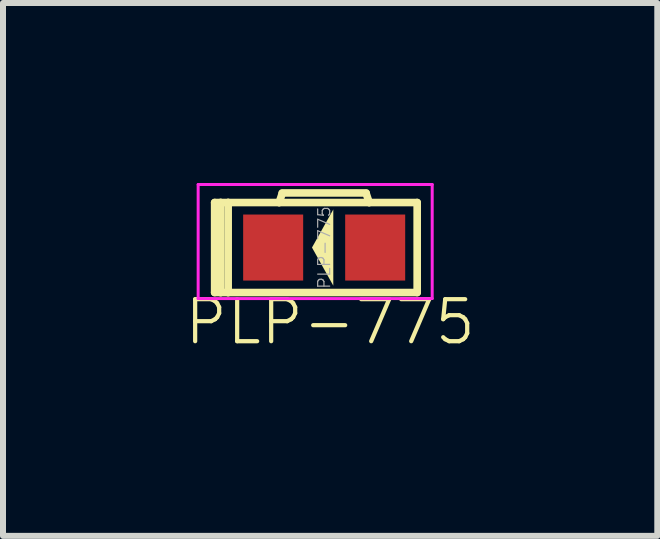
<source format=kicad_pcb>
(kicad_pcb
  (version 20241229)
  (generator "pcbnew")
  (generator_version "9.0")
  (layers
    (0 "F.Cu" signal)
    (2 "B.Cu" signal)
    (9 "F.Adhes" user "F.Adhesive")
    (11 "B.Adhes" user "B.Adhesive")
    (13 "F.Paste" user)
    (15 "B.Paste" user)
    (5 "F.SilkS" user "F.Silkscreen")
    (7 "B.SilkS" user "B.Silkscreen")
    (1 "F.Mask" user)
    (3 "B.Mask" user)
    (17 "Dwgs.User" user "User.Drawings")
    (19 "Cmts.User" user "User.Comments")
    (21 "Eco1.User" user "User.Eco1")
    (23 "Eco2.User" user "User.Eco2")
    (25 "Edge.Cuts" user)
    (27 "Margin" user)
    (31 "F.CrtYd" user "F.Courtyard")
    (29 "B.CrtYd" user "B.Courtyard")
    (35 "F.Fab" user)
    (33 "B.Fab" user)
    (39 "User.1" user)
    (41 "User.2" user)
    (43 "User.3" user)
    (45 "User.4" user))
  (footprint "PLP-775"
    (layer "F.Cu")
    (at 2.352 1.075)
    (property "Reference" "PLP-775" (at 0.1 1.65 0) (layer "F.SilkS") (effects (font (size 0.7 0.7) (thickness 0.07)) (justify bottom)))
    (attr through_hole)
    (fp_line (start -1.825 0.75) (end -1.825 -0.75) (stroke (width 0.127) (type solid)) (layer "F.SilkS"))
    (fp_line (start -1.725 -0.75) (end -1.825 -0.75) (stroke (width 0.127) (type solid)) (layer "F.SilkS"))
    (fp_line (start -1.725 -0.75) (end -1.725 0.75) (stroke (width 0.127) (type solid)) (layer "F.SilkS"))
    (fp_line (start -1.725 0.75) (end -1.825 0.75) (stroke (width 0.127) (type solid)) (layer "F.SilkS"))
    (fp_line (start -1.725 0.75) (end -1.6 0.75) (stroke (width 0.127) (type solid)) (layer "F.SilkS"))
    (fp_line (start -1.6 -0.75) (end -1.725 -0.75) (stroke (width 0.127) (type solid)) (layer "F.SilkS"))
    (fp_line (start -1.6 0.75) (end -1.6 -0.75) (stroke (width 0.127) (type solid)) (layer "F.SilkS"))
    (fp_line (start -1.6 0.75) (end 1.55 0.75) (stroke (width 0.127) (type solid)) (layer "F.SilkS"))
    (fp_line (start -0.75 -0.75) (end -1.6 -0.75) (stroke (width 0.127) (type solid)) (layer "F.SilkS"))
    (fp_line (start -0.7 -0.91) (end 0.7 -0.91) (stroke (width 0.127) (type solid)) (layer "F.SilkS"))
    (fp_line (start -0.7 -0.9) (end -0.75 -0.75) (stroke (width 0.127) (type solid)) (layer "F.SilkS"))
    (fp_line (start 0.7 -0.9) (end 0.75 -0.75) (stroke (width 0.127) (type solid)) (layer "F.SilkS"))
    (fp_line (start 0.75 -0.75) (end -0.75 -0.75) (stroke (width 0.127) (type solid)) (layer "F.SilkS"))
    (fp_line (start 1.55 -0.75) (end 0.75 -0.75) (stroke (width 0.127) (type solid)) (layer "F.SilkS"))
    (fp_line (start 1.55 0.75) (end 1.55 -0.75) (stroke (width 0.127) (type solid)) (layer "F.SilkS"))
    (fp_poly (pts (xy 0.152 0.635) (xy 0.152 -0.635) (xy -0.203 0)) (stroke (width 0) (type solid)) (fill yes) (layer "F.SilkS"))
    (fp_line (start -2.1 -1.05) (end -2.1 0.85) (stroke (width 0.05) (type solid)) (layer "F.CrtYd"))
    (fp_line (start -2.1 -1.05) (end 1.8 -1.05) (stroke (width 0.05) (type solid)) (layer "F.CrtYd"))
    (fp_line (start -2.1 0.85) (end 1.8 0.85) (stroke (width 0.05) (type solid)) (layer "F.CrtYd"))
    (fp_line (start 1.8 -1.05) (end 1.8 0.85) (stroke (width 0.05) (type solid)) (layer "F.CrtYd"))
    (fp_text user "${REFERENCE}" (at 0 0 90) (layer "F.Fab") (effects (font (size 0.2 0.2) (thickness 0.02))))
    (pad "A" smd rect (at 0.85 0) (size 1 1.1) (layers "F.Cu" "F.Mask" "F.Paste"))
    (pad "C" smd rect (at -0.85 0) (size 1 1.1) (layers "F.Cu" "F.Mask" "F.Paste")))
  (gr_rect
    (start -3 -3)
    (end 7.903 5.88)
    (stroke (width 0.1) (type default))
    (fill no)
    (layer "Edge.Cuts")))
</source>
